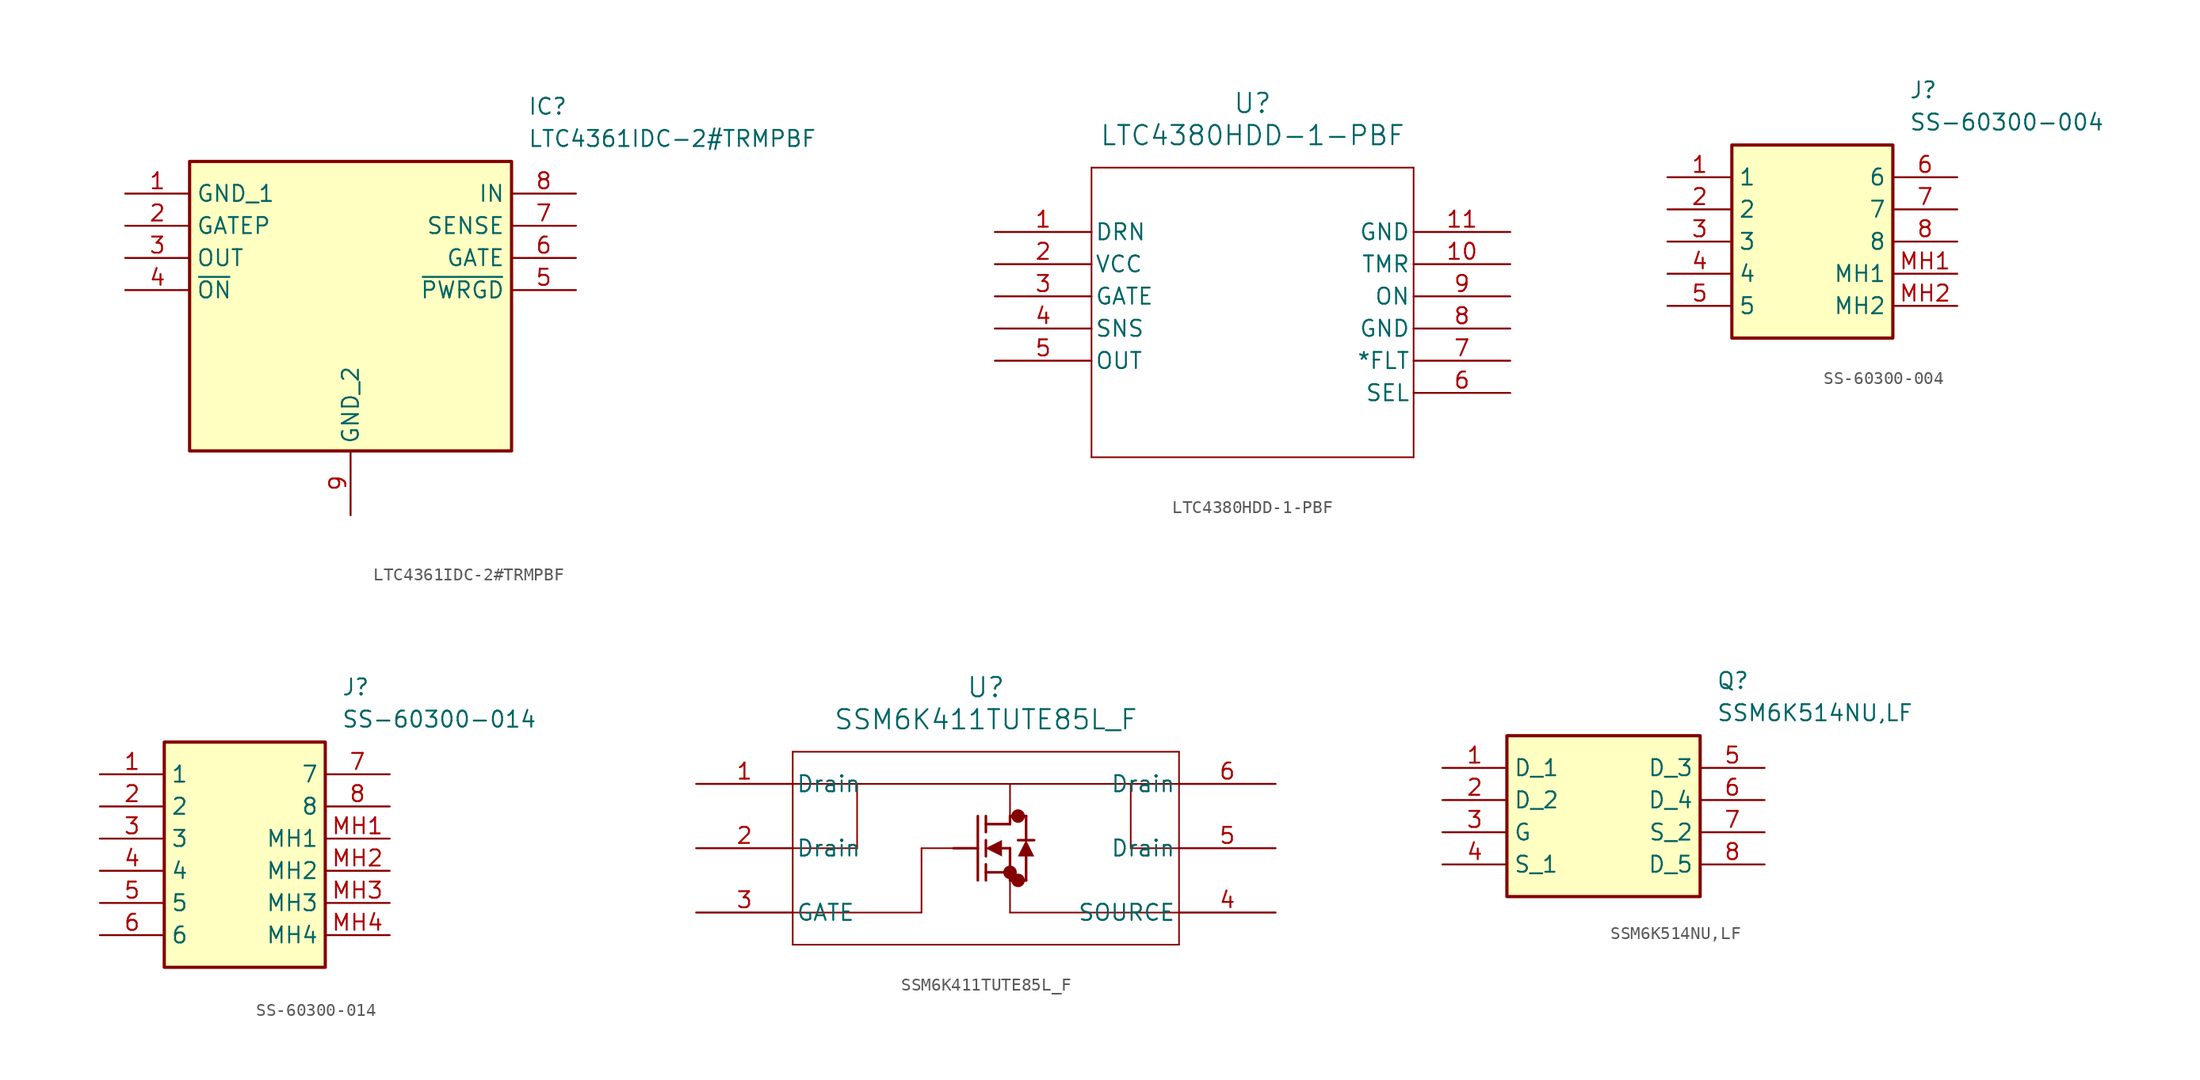
<source format=kicad_sym>
(kicad_symbol_lib
  (version 20220914)
  (generator kicad_symbol_editor)
  (symbol "LTC4361IDC-2#TRMPBF"
    (property "Reference" "IC"
      (at 31.75 7.62 0)
      (effects (font (size 1.27 1.27)) (justify left top)))
    (property "Value" "LTC4361IDC-2#TRMPBF"
      (at 31.75 5.08 0)
      (effects (font (size 1.27 1.27)) (justify left top)))
    (symbol "LTC4361IDC-2#TRMPBF_1_1"
      (rectangle (start 5.08 2.54) (end 30.48 -20.32) (stroke (width 0.254) (type default)) (fill (type background)))
      (pin passive line (at 0 0 0) (length 5.08) (name "GND_1" (effects (font (size 1.27 1.27)))) (number "1" (effects (font (size 1.27 1.27)))))
      (pin passive line (at 0 -2.54 0) (length 5.08) (name "GATEP" (effects (font (size 1.27 1.27)))) (number "2" (effects (font (size 1.27 1.27)))))
      (pin passive line (at 0 -5.08 0) (length 5.08) (name "OUT" (effects (font (size 1.27 1.27)))) (number "3" (effects (font (size 1.27 1.27)))))
      (pin passive line (at 0 -7.62 0) (length 5.08) (name "~{ON}" (effects (font (size 1.27 1.27)))) (number "4" (effects (font (size 1.27 1.27)))))
      (pin passive line (at 35.56 -7.62 180) (length 5.08) (name "~{PWRGD}" (effects (font (size 1.27 1.27)))) (number "5" (effects (font (size 1.27 1.27)))))
      (pin passive line (at 35.56 -5.08 180) (length 5.08) (name "GATE" (effects (font (size 1.27 1.27)))) (number "6" (effects (font (size 1.27 1.27)))))
      (pin passive line (at 35.56 -2.54 180) (length 5.08) (name "SENSE" (effects (font (size 1.27 1.27)))) (number "7" (effects (font (size 1.27 1.27)))))
      (pin passive line (at 35.56 0 180) (length 5.08) (name "IN" (effects (font (size 1.27 1.27)))) (number "8" (effects (font (size 1.27 1.27)))))
      (pin passive line (at 17.78 -25.4 90) (length 5.08) (name "GND_2" (effects (font (size 1.27 1.27)))) (number "9" (effects (font (size 1.27 1.27)))))))
  (symbol "LTC4380HDD-1-PBF"
    (pin_names
      (offset 0.254))
    (property "Reference" "U"
      (at 20.32 10.16 0)
      (effects (font (size 1.524 1.524))))
    (property "Value" "LTC4380HDD-1-PBF"
      (at 20.32 7.62 0)
      (effects (font (size 1.524 1.524))))
    (symbol "LTC4380HDD-1-PBF_0_1"
      (polyline (pts (xy 7.62 -17.78) (xy 33.02 -17.78)) (stroke (width 0.127) (type default)) (fill (type none)))
      (polyline (pts (xy 7.62 5.08) (xy 7.62 -17.78)) (stroke (width 0.127) (type default)) (fill (type none)))
      (polyline (pts (xy 33.02 -17.78) (xy 33.02 5.08)) (stroke (width 0.127) (type default)) (fill (type none)))
      (polyline (pts (xy 33.02 5.08) (xy 7.62 5.08)) (stroke (width 0.127) (type default)) (fill (type none)))
      (pin unspecified line (at 0 0 0) (length 7.62) (name "DRN" (effects (font (size 1.27 1.27)))) (number "1" (effects (font (size 1.27 1.27)))))
      (pin unspecified line (at 40.64 -2.54 180) (length 7.62) (name "TMR" (effects (font (size 1.27 1.27)))) (number "10" (effects (font (size 1.27 1.27)))))
      (pin power_out line (at 40.64 0 180) (length 7.62) (name "GND" (effects (font (size 1.27 1.27)))) (number "11" (effects (font (size 1.27 1.27)))))
      (pin power_in line (at 0 -2.54 0) (length 7.62) (name "VCC" (effects (font (size 1.27 1.27)))) (number "2" (effects (font (size 1.27 1.27)))))
      (pin unspecified line (at 0 -5.08 0) (length 7.62) (name "GATE" (effects (font (size 1.27 1.27)))) (number "3" (effects (font (size 1.27 1.27)))))
      (pin unspecified line (at 0 -7.62 0) (length 7.62) (name "SNS" (effects (font (size 1.27 1.27)))) (number "4" (effects (font (size 1.27 1.27)))))
      (pin output line (at 0 -10.16 0) (length 7.62) (name "OUT" (effects (font (size 1.27 1.27)))) (number "5" (effects (font (size 1.27 1.27)))))
      (pin unspecified line (at 40.64 -12.7 180) (length 7.62) (name "SEL" (effects (font (size 1.27 1.27)))) (number "6" (effects (font (size 1.27 1.27)))))
      (pin unspecified line (at 40.64 -10.16 180) (length 7.62) (name "*FLT" (effects (font (size 1.27 1.27)))) (number "7" (effects (font (size 1.27 1.27)))))
      (pin power_out line (at 40.64 -7.62 180) (length 7.62) (name "GND" (effects (font (size 1.27 1.27)))) (number "8" (effects (font (size 1.27 1.27)))))
      (pin unspecified line (at 40.64 -5.08 180) (length 7.62) (name "ON" (effects (font (size 1.27 1.27)))) (number "9" (effects (font (size 1.27 1.27)))))))
  (symbol "SS-60300-004"
    (property "Reference" "J"
      (at 19.05 7.62 0)
      (effects (font (size 1.27 1.27)) (justify left top)))
    (property "Value" "SS-60300-004"
      (at 19.05 5.08 0)
      (effects (font (size 1.27 1.27)) (justify left top)))
    (symbol "SS-60300-004_1_1"
      (rectangle (start 5.08 2.54) (end 17.78 -12.7) (stroke (width 0.254) (type default)) (fill (type background)))
      (pin passive line (at 0 0 0) (length 5.08) (name "1" (effects (font (size 1.27 1.27)))) (number "1" (effects (font (size 1.27 1.27)))))
      (pin passive line (at 0 -2.54 0) (length 5.08) (name "2" (effects (font (size 1.27 1.27)))) (number "2" (effects (font (size 1.27 1.27)))))
      (pin passive line (at 0 -5.08 0) (length 5.08) (name "3" (effects (font (size 1.27 1.27)))) (number "3" (effects (font (size 1.27 1.27)))))
      (pin passive line (at 0 -7.62 0) (length 5.08) (name "4" (effects (font (size 1.27 1.27)))) (number "4" (effects (font (size 1.27 1.27)))))
      (pin passive line (at 0 -10.16 0) (length 5.08) (name "5" (effects (font (size 1.27 1.27)))) (number "5" (effects (font (size 1.27 1.27)))))
      (pin passive line (at 22.86 0 180) (length 5.08) (name "6" (effects (font (size 1.27 1.27)))) (number "6" (effects (font (size 1.27 1.27)))))
      (pin passive line (at 22.86 -2.54 180) (length 5.08) (name "7" (effects (font (size 1.27 1.27)))) (number "7" (effects (font (size 1.27 1.27)))))
      (pin passive line (at 22.86 -5.08 180) (length 5.08) (name "8" (effects (font (size 1.27 1.27)))) (number "8" (effects (font (size 1.27 1.27)))))
      (pin passive line (at 22.86 -7.62 180) (length 5.08) (name "MH1" (effects (font (size 1.27 1.27)))) (number "MH1" (effects (font (size 1.27 1.27)))))
      (pin passive line (at 22.86 -10.16 180) (length 5.08) (name "MH2" (effects (font (size 1.27 1.27)))) (number "MH2" (effects (font (size 1.27 1.27)))))))
  (symbol "SS-60300-014"
    (property "Reference" "J"
      (at 19.05 7.62 0)
      (effects (font (size 1.27 1.27)) (justify left top)))
    (property "Value" "SS-60300-014"
      (at 19.05 5.08 0)
      (effects (font (size 1.27 1.27)) (justify left top)))
    (symbol "SS-60300-014_1_1"
      (rectangle (start 5.08 2.54) (end 17.78 -15.24) (stroke (width 0.254) (type default)) (fill (type background)))
      (pin passive line (at 0 0 0) (length 5.08) (name "1" (effects (font (size 1.27 1.27)))) (number "1" (effects (font (size 1.27 1.27)))))
      (pin passive line (at 0 -2.54 0) (length 5.08) (name "2" (effects (font (size 1.27 1.27)))) (number "2" (effects (font (size 1.27 1.27)))))
      (pin passive line (at 0 -5.08 0) (length 5.08) (name "3" (effects (font (size 1.27 1.27)))) (number "3" (effects (font (size 1.27 1.27)))))
      (pin passive line (at 0 -7.62 0) (length 5.08) (name "4" (effects (font (size 1.27 1.27)))) (number "4" (effects (font (size 1.27 1.27)))))
      (pin passive line (at 0 -10.16 0) (length 5.08) (name "5" (effects (font (size 1.27 1.27)))) (number "5" (effects (font (size 1.27 1.27)))))
      (pin passive line (at 0 -12.7 0) (length 5.08) (name "6" (effects (font (size 1.27 1.27)))) (number "6" (effects (font (size 1.27 1.27)))))
      (pin passive line (at 22.86 0 180) (length 5.08) (name "7" (effects (font (size 1.27 1.27)))) (number "7" (effects (font (size 1.27 1.27)))))
      (pin passive line (at 22.86 -2.54 180) (length 5.08) (name "8" (effects (font (size 1.27 1.27)))) (number "8" (effects (font (size 1.27 1.27)))))
      (pin passive line (at 22.86 -5.08 180) (length 5.08) (name "MH1" (effects (font (size 1.27 1.27)))) (number "MH1" (effects (font (size 1.27 1.27)))))
      (pin passive line (at 22.86 -7.62 180) (length 5.08) (name "MH2" (effects (font (size 1.27 1.27)))) (number "MH2" (effects (font (size 1.27 1.27)))))
      (pin passive line (at 22.86 -10.16 180) (length 5.08) (name "MH3" (effects (font (size 1.27 1.27)))) (number "MH3" (effects (font (size 1.27 1.27)))))
      (pin passive line (at 22.86 -12.7 180) (length 5.08) (name "MH4" (effects (font (size 1.27 1.27)))) (number "MH4" (effects (font (size 1.27 1.27)))))))
  (symbol "SSM6K411TUTE85L_F"
    (pin_names
      (offset 0.254))
    (property "Reference" "U"
      (at 22.86 10.16 0)
      (effects (font (size 1.524 1.524))))
    (property "Value" "SSM6K411TUTE85L_F"
      (at 22.86 7.62 0)
      (effects (font (size 1.524 1.524))))
    (symbol "SSM6K411TUTE85L_F_0_1"
      (polyline (pts (xy 7.62 -10.16) (xy 38.1 -10.16)) (stroke (width 0.127) (type default)) (fill (type none)))
      (polyline (pts (xy 7.62 -7.62) (xy 17.78 -7.62)) (stroke (width 0.127) (type default)) (fill (type none)))
      (polyline (pts (xy 7.62 -2.54) (xy 12.7 -2.54)) (stroke (width 0.127) (type default)) (fill (type none)))
      (polyline (pts (xy 7.62 2.54) (xy 38.1 2.54)) (stroke (width 0.127) (type default)) (fill (type none)))
      (polyline (pts (xy 7.62 5.08) (xy 7.62 -10.16)) (stroke (width 0.127) (type default)) (fill (type none)))
      (polyline (pts (xy 12.7 -2.54) (xy 12.7 2.54)) (stroke (width 0.127) (type default)) (fill (type none)))
      (polyline (pts (xy 17.78 -7.62) (xy 17.78 -2.54)) (stroke (width 0.127) (type default)) (fill (type none)))
      (polyline (pts (xy 17.78 -2.54) (xy 20.32 -2.54)) (stroke (width 0.127) (type default)) (fill (type none)))
      (polyline (pts (xy 20.32 -2.54) (xy 22.225 -2.54)) (stroke (width 0.203) (type default)) (fill (type none)))
      (polyline (pts (xy 22.225 -5.08) (xy 22.225 0)) (stroke (width 0.203) (type default)) (fill (type none)))
      (polyline (pts (xy 22.86 -5.08) (xy 22.86 -3.81)) (stroke (width 0.203) (type default)) (fill (type none)))
      (polyline (pts (xy 22.86 -4.445) (xy 24.765 -4.445)) (stroke (width 0.203) (type default)) (fill (type none)))
      (polyline (pts (xy 22.86 -3.175) (xy 22.86 -1.905)) (stroke (width 0.203) (type default)) (fill (type none)))
      (polyline (pts (xy 22.86 -1.27) (xy 22.86 0)) (stroke (width 0.203) (type default)) (fill (type none)))
      (polyline (pts (xy 22.86 -0.635) (xy 24.765 -0.635)) (stroke (width 0.203) (type default)) (fill (type none)))
      (polyline (pts (xy 24.13 -2.54) (xy 24.765 -2.54)) (stroke (width 0.203) (type default)) (fill (type none)))
      (polyline (pts (xy 24.765 -5.08) (xy 24.765 -7.62)) (stroke (width 0.127) (type default)) (fill (type none)))
      (polyline (pts (xy 24.765 -5.08) (xy 24.765 -2.54)) (stroke (width 0.203) (type default)) (fill (type none)))
      (polyline (pts (xy 24.765 -5.08) (xy 26.035 -5.08)) (stroke (width 0.203) (type default)) (fill (type none)))
      (polyline (pts (xy 24.765 -0.635) (xy 24.765 0)) (stroke (width 0.203) (type default)) (fill (type none)))
      (polyline (pts (xy 24.765 0) (xy 24.765 2.54)) (stroke (width 0.127) (type default)) (fill (type none)))
      (polyline (pts (xy 24.765 0) (xy 26.035 0)) (stroke (width 0.203) (type default)) (fill (type none)))
      (polyline (pts (xy 26.035 -5.08) (xy 26.035 -3.175)) (stroke (width 0.203) (type default)) (fill (type none)))
      (polyline (pts (xy 26.035 -1.905) (xy 26.035 0)) (stroke (width 0.203) (type default)) (fill (type none)))
      (polyline (pts (xy 26.67 -1.905) (xy 25.4 -1.905)) (stroke (width 0.203) (type default)) (fill (type none)))
      (polyline (pts (xy 34.29 -2.54) (xy 34.29 2.54)) (stroke (width 0.127) (type default)) (fill (type none)))
      (polyline (pts (xy 38.1 -10.16) (xy 38.1 5.08)) (stroke (width 0.127) (type default)) (fill (type none)))
      (polyline (pts (xy 38.1 -7.62) (xy 24.765 -7.62)) (stroke (width 0.127) (type default)) (fill (type none)))
      (polyline (pts (xy 38.1 -2.54) (xy 34.29 -2.54)) (stroke (width 0.127) (type default)) (fill (type none)))
      (polyline (pts (xy 38.1 5.08) (xy 7.62 5.08)) (stroke (width 0.127) (type default)) (fill (type none)))
      (polyline (pts (xy 24.13 -1.905) (xy 22.86 -2.54) (xy 24.13 -3.175)) (stroke (width 0.025) (type default)) (fill (type outline)))
      (polyline (pts (xy 26.67 -3.175) (xy 25.4 -3.175) (xy 26.035 -1.905)) (stroke (width 0.025) (type default)) (fill (type outline)))
      (circle (center 24.765 -4.445) (radius 0.025) (stroke (width 0.508) (type default)) (fill (type none)))
      (circle (center 25.4 -5.08) (radius 0.025) (stroke (width 0.508) (type default)) (fill (type none)))
      (circle (center 25.4 0) (radius 0.025) (stroke (width 0.508) (type default)) (fill (type none)))
      (pin unspecified line (at 0 2.54 0) (length 7.62) (name "Drain" (effects (font (size 1.27 1.27)))) (number "1" (effects (font (size 1.27 1.27)))))
      (pin unspecified line (at 0 -2.54 0) (length 7.62) (name "Drain" (effects (font (size 1.27 1.27)))) (number "2" (effects (font (size 1.27 1.27)))))
      (pin unspecified line (at 0 -7.62 0) (length 7.62) (name "GATE" (effects (font (size 1.27 1.27)))) (number "3" (effects (font (size 1.27 1.27)))))
      (pin unspecified line (at 45.72 -7.62 180) (length 7.62) (name "SOURCE" (effects (font (size 1.27 1.27)))) (number "4" (effects (font (size 1.27 1.27)))))
      (pin unspecified line (at 45.72 -2.54 180) (length 7.62) (name "Drain" (effects (font (size 1.27 1.27)))) (number "5" (effects (font (size 1.27 1.27)))))
      (pin unspecified line (at 45.72 2.54 180) (length 7.62) (name "Drain" (effects (font (size 1.27 1.27)))) (number "6" (effects (font (size 1.27 1.27)))))))
  (symbol "SSM6K514NU,LF"
    (property "Reference" "Q"
      (at 21.59 7.62 0)
      (effects (font (size 1.27 1.27)) (justify left top)))
    (property "Value" "SSM6K514NU,LF"
      (at 21.59 5.08 0)
      (effects (font (size 1.27 1.27)) (justify left top)))
    (symbol "SSM6K514NU,LF_1_1"
      (rectangle (start 5.08 2.54) (end 20.32 -10.16) (stroke (width 0.254) (type default)) (fill (type background)))
      (pin passive line (at 0 0 0) (length 5.08) (name "D_1" (effects (font (size 1.27 1.27)))) (number "1" (effects (font (size 1.27 1.27)))))
      (pin passive line (at 0 -2.54 0) (length 5.08) (name "D_2" (effects (font (size 1.27 1.27)))) (number "2" (effects (font (size 1.27 1.27)))))
      (pin passive line (at 0 -5.08 0) (length 5.08) (name "G" (effects (font (size 1.27 1.27)))) (number "3" (effects (font (size 1.27 1.27)))))
      (pin passive line (at 0 -7.62 0) (length 5.08) (name "S_1" (effects (font (size 1.27 1.27)))) (number "4" (effects (font (size 1.27 1.27)))))
      (pin passive line (at 25.4 0 180) (length 5.08) (name "D_3" (effects (font (size 1.27 1.27)))) (number "5" (effects (font (size 1.27 1.27)))))
      (pin passive line (at 25.4 -2.54 180) (length 5.08) (name "D_4" (effects (font (size 1.27 1.27)))) (number "6" (effects (font (size 1.27 1.27)))))
      (pin passive line (at 25.4 -5.08 180) (length 5.08) (name "S_2" (effects (font (size 1.27 1.27)))) (number "7" (effects (font (size 1.27 1.27)))))
      (pin passive line (at 25.4 -7.62 180) (length 5.08) (name "D_5" (effects (font (size 1.27 1.27)))) (number "8" (effects (font (size 1.27 1.27))))))))
</source>
